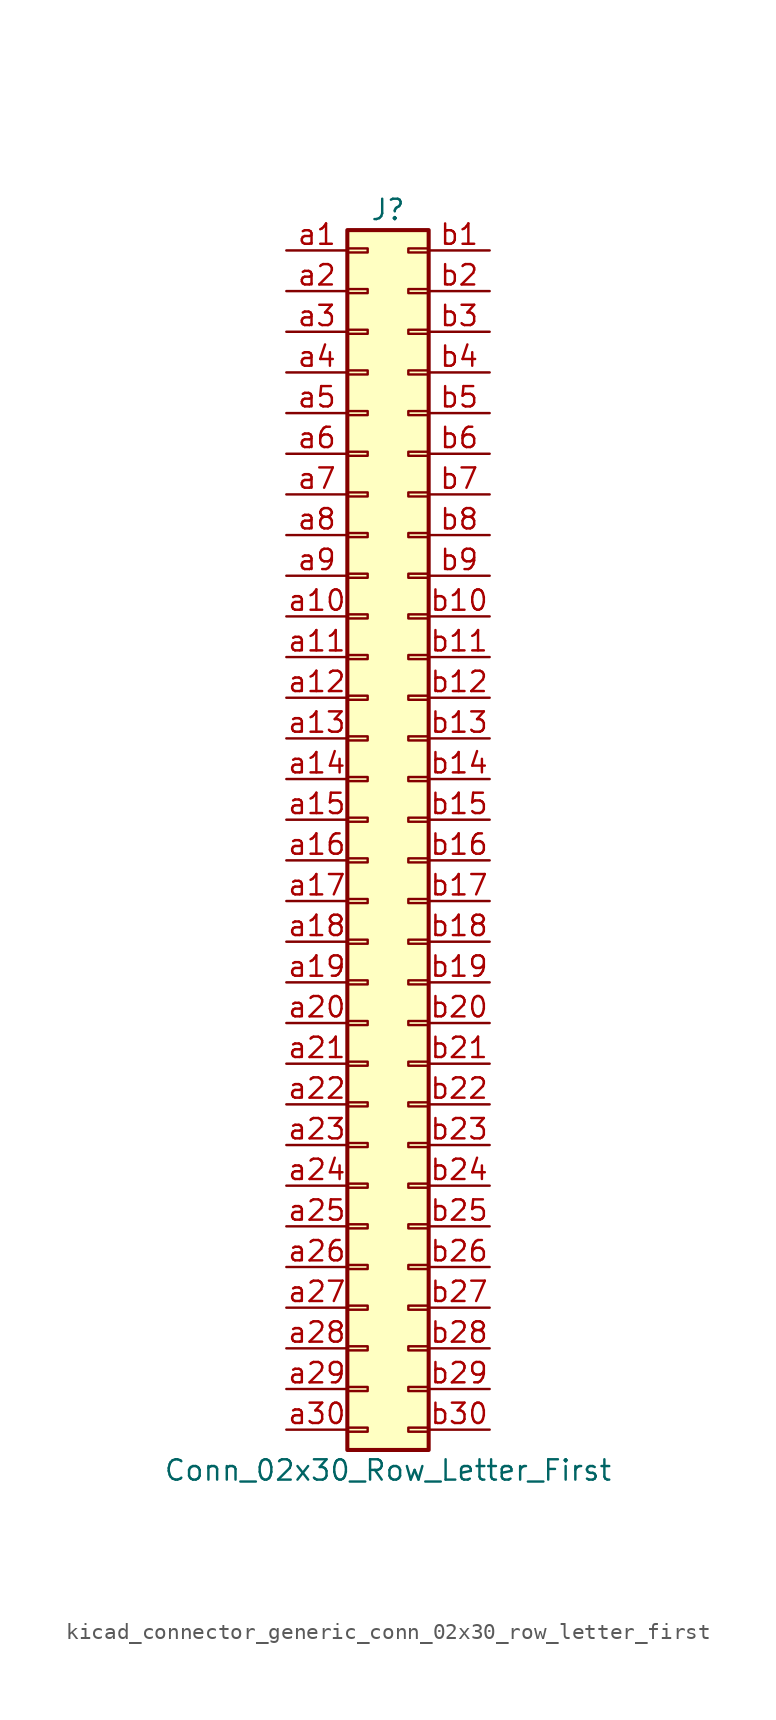
<source format=kicad_sym>
(kicad_symbol_lib
  (version 20220914)
  (generator kicad_symbol_editor)
  (symbol "kicad_connector_generic_conn_02x30_row_letter_first"
    (pin_names
      (offset 1.016) hide)
    (property "Reference" "J"
      (at 1.27 38.1 0)
      (effects (font (size 1.27 1.27))))
    (property "Value" "Conn_02x30_Row_Letter_First"
      (at 1.27 -40.64 0)
      (effects (font (size 1.27 1.27))))
    (symbol "kicad_connector_generic_conn_02x30_row_letter_first_1_1"
      (rectangle (start -1.27 -37.973) (end 0 -38.227) (stroke (width 0.152) (type default)) (fill (type none)))
      (rectangle (start -1.27 -35.433) (end 0 -35.687) (stroke (width 0.152) (type default)) (fill (type none)))
      (rectangle (start -1.27 -32.893) (end 0 -33.147) (stroke (width 0.152) (type default)) (fill (type none)))
      (rectangle (start -1.27 -30.353) (end 0 -30.607) (stroke (width 0.152) (type default)) (fill (type none)))
      (rectangle (start -1.27 -27.813) (end 0 -28.067) (stroke (width 0.152) (type default)) (fill (type none)))
      (rectangle (start -1.27 -25.273) (end 0 -25.527) (stroke (width 0.152) (type default)) (fill (type none)))
      (rectangle (start -1.27 -22.733) (end 0 -22.987) (stroke (width 0.152) (type default)) (fill (type none)))
      (rectangle (start -1.27 -20.193) (end 0 -20.447) (stroke (width 0.152) (type default)) (fill (type none)))
      (rectangle (start -1.27 -17.653) (end 0 -17.907) (stroke (width 0.152) (type default)) (fill (type none)))
      (rectangle (start -1.27 -15.113) (end 0 -15.367) (stroke (width 0.152) (type default)) (fill (type none)))
      (rectangle (start -1.27 -12.573) (end 0 -12.827) (stroke (width 0.152) (type default)) (fill (type none)))
      (rectangle (start -1.27 -10.033) (end 0 -10.287) (stroke (width 0.152) (type default)) (fill (type none)))
      (rectangle (start -1.27 -7.493) (end 0 -7.747) (stroke (width 0.152) (type default)) (fill (type none)))
      (rectangle (start -1.27 -4.953) (end 0 -5.207) (stroke (width 0.152) (type default)) (fill (type none)))
      (rectangle (start -1.27 -2.413) (end 0 -2.667) (stroke (width 0.152) (type default)) (fill (type none)))
      (rectangle (start -1.27 0.127) (end 0 -0.127) (stroke (width 0.152) (type default)) (fill (type none)))
      (rectangle (start -1.27 2.667) (end 0 2.413) (stroke (width 0.152) (type default)) (fill (type none)))
      (rectangle (start -1.27 5.207) (end 0 4.953) (stroke (width 0.152) (type default)) (fill (type none)))
      (rectangle (start -1.27 7.747) (end 0 7.493) (stroke (width 0.152) (type default)) (fill (type none)))
      (rectangle (start -1.27 10.287) (end 0 10.033) (stroke (width 0.152) (type default)) (fill (type none)))
      (rectangle (start -1.27 12.827) (end 0 12.573) (stroke (width 0.152) (type default)) (fill (type none)))
      (rectangle (start -1.27 15.367) (end 0 15.113) (stroke (width 0.152) (type default)) (fill (type none)))
      (rectangle (start -1.27 17.907) (end 0 17.653) (stroke (width 0.152) (type default)) (fill (type none)))
      (rectangle (start -1.27 20.447) (end 0 20.193) (stroke (width 0.152) (type default)) (fill (type none)))
      (rectangle (start -1.27 22.987) (end 0 22.733) (stroke (width 0.152) (type default)) (fill (type none)))
      (rectangle (start -1.27 25.527) (end 0 25.273) (stroke (width 0.152) (type default)) (fill (type none)))
      (rectangle (start -1.27 28.067) (end 0 27.813) (stroke (width 0.152) (type default)) (fill (type none)))
      (rectangle (start -1.27 30.607) (end 0 30.353) (stroke (width 0.152) (type default)) (fill (type none)))
      (rectangle (start -1.27 33.147) (end 0 32.893) (stroke (width 0.152) (type default)) (fill (type none)))
      (rectangle (start -1.27 35.687) (end 0 35.433) (stroke (width 0.152) (type default)) (fill (type none)))
      (rectangle (start -1.27 36.83) (end 3.81 -39.37) (stroke (width 0.254) (type default)) (fill (type background)))
      (rectangle (start 3.81 -37.973) (end 2.54 -38.227) (stroke (width 0.152) (type default)) (fill (type none)))
      (rectangle (start 3.81 -35.433) (end 2.54 -35.687) (stroke (width 0.152) (type default)) (fill (type none)))
      (rectangle (start 3.81 -32.893) (end 2.54 -33.147) (stroke (width 0.152) (type default)) (fill (type none)))
      (rectangle (start 3.81 -30.353) (end 2.54 -30.607) (stroke (width 0.152) (type default)) (fill (type none)))
      (rectangle (start 3.81 -27.813) (end 2.54 -28.067) (stroke (width 0.152) (type default)) (fill (type none)))
      (rectangle (start 3.81 -25.273) (end 2.54 -25.527) (stroke (width 0.152) (type default)) (fill (type none)))
      (rectangle (start 3.81 -22.733) (end 2.54 -22.987) (stroke (width 0.152) (type default)) (fill (type none)))
      (rectangle (start 3.81 -20.193) (end 2.54 -20.447) (stroke (width 0.152) (type default)) (fill (type none)))
      (rectangle (start 3.81 -17.653) (end 2.54 -17.907) (stroke (width 0.152) (type default)) (fill (type none)))
      (rectangle (start 3.81 -15.113) (end 2.54 -15.367) (stroke (width 0.152) (type default)) (fill (type none)))
      (rectangle (start 3.81 -12.573) (end 2.54 -12.827) (stroke (width 0.152) (type default)) (fill (type none)))
      (rectangle (start 3.81 -10.033) (end 2.54 -10.287) (stroke (width 0.152) (type default)) (fill (type none)))
      (rectangle (start 3.81 -7.493) (end 2.54 -7.747) (stroke (width 0.152) (type default)) (fill (type none)))
      (rectangle (start 3.81 -4.953) (end 2.54 -5.207) (stroke (width 0.152) (type default)) (fill (type none)))
      (rectangle (start 3.81 -2.413) (end 2.54 -2.667) (stroke (width 0.152) (type default)) (fill (type none)))
      (rectangle (start 3.81 0.127) (end 2.54 -0.127) (stroke (width 0.152) (type default)) (fill (type none)))
      (rectangle (start 3.81 2.667) (end 2.54 2.413) (stroke (width 0.152) (type default)) (fill (type none)))
      (rectangle (start 3.81 5.207) (end 2.54 4.953) (stroke (width 0.152) (type default)) (fill (type none)))
      (rectangle (start 3.81 7.747) (end 2.54 7.493) (stroke (width 0.152) (type default)) (fill (type none)))
      (rectangle (start 3.81 10.287) (end 2.54 10.033) (stroke (width 0.152) (type default)) (fill (type none)))
      (rectangle (start 3.81 12.827) (end 2.54 12.573) (stroke (width 0.152) (type default)) (fill (type none)))
      (rectangle (start 3.81 15.367) (end 2.54 15.113) (stroke (width 0.152) (type default)) (fill (type none)))
      (rectangle (start 3.81 17.907) (end 2.54 17.653) (stroke (width 0.152) (type default)) (fill (type none)))
      (rectangle (start 3.81 20.447) (end 2.54 20.193) (stroke (width 0.152) (type default)) (fill (type none)))
      (rectangle (start 3.81 22.987) (end 2.54 22.733) (stroke (width 0.152) (type default)) (fill (type none)))
      (rectangle (start 3.81 25.527) (end 2.54 25.273) (stroke (width 0.152) (type default)) (fill (type none)))
      (rectangle (start 3.81 28.067) (end 2.54 27.813) (stroke (width 0.152) (type default)) (fill (type none)))
      (rectangle (start 3.81 30.607) (end 2.54 30.353) (stroke (width 0.152) (type default)) (fill (type none)))
      (rectangle (start 3.81 33.147) (end 2.54 32.893) (stroke (width 0.152) (type default)) (fill (type none)))
      (rectangle (start 3.81 35.687) (end 2.54 35.433) (stroke (width 0.152) (type default)) (fill (type none)))
      (pin passive line (at -5.08 35.56 0) (length 3.81) (name "Pin_a1" (effects (font (size 1.27 1.27)))) (number "a1" (effects (font (size 1.27 1.27)))))
      (pin passive line (at -5.08 12.7 0) (length 3.81) (name "Pin_a10" (effects (font (size 1.27 1.27)))) (number "a10" (effects (font (size 1.27 1.27)))))
      (pin passive line (at -5.08 10.16 0) (length 3.81) (name "Pin_a11" (effects (font (size 1.27 1.27)))) (number "a11" (effects (font (size 1.27 1.27)))))
      (pin passive line (at -5.08 7.62 0) (length 3.81) (name "Pin_a12" (effects (font (size 1.27 1.27)))) (number "a12" (effects (font (size 1.27 1.27)))))
      (pin passive line (at -5.08 5.08 0) (length 3.81) (name "Pin_a13" (effects (font (size 1.27 1.27)))) (number "a13" (effects (font (size 1.27 1.27)))))
      (pin passive line (at -5.08 2.54 0) (length 3.81) (name "Pin_a14" (effects (font (size 1.27 1.27)))) (number "a14" (effects (font (size 1.27 1.27)))))
      (pin passive line (at -5.08 0 0) (length 3.81) (name "Pin_a15" (effects (font (size 1.27 1.27)))) (number "a15" (effects (font (size 1.27 1.27)))))
      (pin passive line (at -5.08 -2.54 0) (length 3.81) (name "Pin_a16" (effects (font (size 1.27 1.27)))) (number "a16" (effects (font (size 1.27 1.27)))))
      (pin passive line (at -5.08 -5.08 0) (length 3.81) (name "Pin_a17" (effects (font (size 1.27 1.27)))) (number "a17" (effects (font (size 1.27 1.27)))))
      (pin passive line (at -5.08 -7.62 0) (length 3.81) (name "Pin_a18" (effects (font (size 1.27 1.27)))) (number "a18" (effects (font (size 1.27 1.27)))))
      (pin passive line (at -5.08 -10.16 0) (length 3.81) (name "Pin_a19" (effects (font (size 1.27 1.27)))) (number "a19" (effects (font (size 1.27 1.27)))))
      (pin passive line (at -5.08 33.02 0) (length 3.81) (name "Pin_a2" (effects (font (size 1.27 1.27)))) (number "a2" (effects (font (size 1.27 1.27)))))
      (pin passive line (at -5.08 -12.7 0) (length 3.81) (name "Pin_a20" (effects (font (size 1.27 1.27)))) (number "a20" (effects (font (size 1.27 1.27)))))
      (pin passive line (at -5.08 -15.24 0) (length 3.81) (name "Pin_a21" (effects (font (size 1.27 1.27)))) (number "a21" (effects (font (size 1.27 1.27)))))
      (pin passive line (at -5.08 -17.78 0) (length 3.81) (name "Pin_a22" (effects (font (size 1.27 1.27)))) (number "a22" (effects (font (size 1.27 1.27)))))
      (pin passive line (at -5.08 -20.32 0) (length 3.81) (name "Pin_a23" (effects (font (size 1.27 1.27)))) (number "a23" (effects (font (size 1.27 1.27)))))
      (pin passive line (at -5.08 -22.86 0) (length 3.81) (name "Pin_a24" (effects (font (size 1.27 1.27)))) (number "a24" (effects (font (size 1.27 1.27)))))
      (pin passive line (at -5.08 -25.4 0) (length 3.81) (name "Pin_a25" (effects (font (size 1.27 1.27)))) (number "a25" (effects (font (size 1.27 1.27)))))
      (pin passive line (at -5.08 -27.94 0) (length 3.81) (name "Pin_a26" (effects (font (size 1.27 1.27)))) (number "a26" (effects (font (size 1.27 1.27)))))
      (pin passive line (at -5.08 -30.48 0) (length 3.81) (name "Pin_a27" (effects (font (size 1.27 1.27)))) (number "a27" (effects (font (size 1.27 1.27)))))
      (pin passive line (at -5.08 -33.02 0) (length 3.81) (name "Pin_a28" (effects (font (size 1.27 1.27)))) (number "a28" (effects (font (size 1.27 1.27)))))
      (pin passive line (at -5.08 -35.56 0) (length 3.81) (name "Pin_a29" (effects (font (size 1.27 1.27)))) (number "a29" (effects (font (size 1.27 1.27)))))
      (pin passive line (at -5.08 30.48 0) (length 3.81) (name "Pin_a3" (effects (font (size 1.27 1.27)))) (number "a3" (effects (font (size 1.27 1.27)))))
      (pin passive line (at -5.08 -38.1 0) (length 3.81) (name "Pin_a30" (effects (font (size 1.27 1.27)))) (number "a30" (effects (font (size 1.27 1.27)))))
      (pin passive line (at -5.08 27.94 0) (length 3.81) (name "Pin_a4" (effects (font (size 1.27 1.27)))) (number "a4" (effects (font (size 1.27 1.27)))))
      (pin passive line (at -5.08 25.4 0) (length 3.81) (name "Pin_a5" (effects (font (size 1.27 1.27)))) (number "a5" (effects (font (size 1.27 1.27)))))
      (pin passive line (at -5.08 22.86 0) (length 3.81) (name "Pin_a6" (effects (font (size 1.27 1.27)))) (number "a6" (effects (font (size 1.27 1.27)))))
      (pin passive line (at -5.08 20.32 0) (length 3.81) (name "Pin_a7" (effects (font (size 1.27 1.27)))) (number "a7" (effects (font (size 1.27 1.27)))))
      (pin passive line (at -5.08 17.78 0) (length 3.81) (name "Pin_a8" (effects (font (size 1.27 1.27)))) (number "a8" (effects (font (size 1.27 1.27)))))
      (pin passive line (at -5.08 15.24 0) (length 3.81) (name "Pin_a9" (effects (font (size 1.27 1.27)))) (number "a9" (effects (font (size 1.27 1.27)))))
      (pin passive line (at 7.62 35.56 180) (length 3.81) (name "Pin_b1" (effects (font (size 1.27 1.27)))) (number "b1" (effects (font (size 1.27 1.27)))))
      (pin passive line (at 7.62 12.7 180) (length 3.81) (name "Pin_b10" (effects (font (size 1.27 1.27)))) (number "b10" (effects (font (size 1.27 1.27)))))
      (pin passive line (at 7.62 10.16 180) (length 3.81) (name "Pin_b11" (effects (font (size 1.27 1.27)))) (number "b11" (effects (font (size 1.27 1.27)))))
      (pin passive line (at 7.62 7.62 180) (length 3.81) (name "Pin_b12" (effects (font (size 1.27 1.27)))) (number "b12" (effects (font (size 1.27 1.27)))))
      (pin passive line (at 7.62 5.08 180) (length 3.81) (name "Pin_b13" (effects (font (size 1.27 1.27)))) (number "b13" (effects (font (size 1.27 1.27)))))
      (pin passive line (at 7.62 2.54 180) (length 3.81) (name "Pin_b14" (effects (font (size 1.27 1.27)))) (number "b14" (effects (font (size 1.27 1.27)))))
      (pin passive line (at 7.62 0 180) (length 3.81) (name "Pin_b15" (effects (font (size 1.27 1.27)))) (number "b15" (effects (font (size 1.27 1.27)))))
      (pin passive line (at 7.62 -2.54 180) (length 3.81) (name "Pin_b16" (effects (font (size 1.27 1.27)))) (number "b16" (effects (font (size 1.27 1.27)))))
      (pin passive line (at 7.62 -5.08 180) (length 3.81) (name "Pin_b17" (effects (font (size 1.27 1.27)))) (number "b17" (effects (font (size 1.27 1.27)))))
      (pin passive line (at 7.62 -7.62 180) (length 3.81) (name "Pin_b18" (effects (font (size 1.27 1.27)))) (number "b18" (effects (font (size 1.27 1.27)))))
      (pin passive line (at 7.62 -10.16 180) (length 3.81) (name "Pin_b19" (effects (font (size 1.27 1.27)))) (number "b19" (effects (font (size 1.27 1.27)))))
      (pin passive line (at 7.62 33.02 180) (length 3.81) (name "Pin_b2" (effects (font (size 1.27 1.27)))) (number "b2" (effects (font (size 1.27 1.27)))))
      (pin passive line (at 7.62 -12.7 180) (length 3.81) (name "Pin_b20" (effects (font (size 1.27 1.27)))) (number "b20" (effects (font (size 1.27 1.27)))))
      (pin passive line (at 7.62 -15.24 180) (length 3.81) (name "Pin_b21" (effects (font (size 1.27 1.27)))) (number "b21" (effects (font (size 1.27 1.27)))))
      (pin passive line (at 7.62 -17.78 180) (length 3.81) (name "Pin_b22" (effects (font (size 1.27 1.27)))) (number "b22" (effects (font (size 1.27 1.27)))))
      (pin passive line (at 7.62 -20.32 180) (length 3.81) (name "Pin_b23" (effects (font (size 1.27 1.27)))) (number "b23" (effects (font (size 1.27 1.27)))))
      (pin passive line (at 7.62 -22.86 180) (length 3.81) (name "Pin_b24" (effects (font (size 1.27 1.27)))) (number "b24" (effects (font (size 1.27 1.27)))))
      (pin passive line (at 7.62 -25.4 180) (length 3.81) (name "Pin_b25" (effects (font (size 1.27 1.27)))) (number "b25" (effects (font (size 1.27 1.27)))))
      (pin passive line (at 7.62 -27.94 180) (length 3.81) (name "Pin_b26" (effects (font (size 1.27 1.27)))) (number "b26" (effects (font (size 1.27 1.27)))))
      (pin passive line (at 7.62 -30.48 180) (length 3.81) (name "Pin_b27" (effects (font (size 1.27 1.27)))) (number "b27" (effects (font (size 1.27 1.27)))))
      (pin passive line (at 7.62 -33.02 180) (length 3.81) (name "Pin_b28" (effects (font (size 1.27 1.27)))) (number "b28" (effects (font (size 1.27 1.27)))))
      (pin passive line (at 7.62 -35.56 180) (length 3.81) (name "Pin_b29" (effects (font (size 1.27 1.27)))) (number "b29" (effects (font (size 1.27 1.27)))))
      (pin passive line (at 7.62 30.48 180) (length 3.81) (name "Pin_b3" (effects (font (size 1.27 1.27)))) (number "b3" (effects (font (size 1.27 1.27)))))
      (pin passive line (at 7.62 -38.1 180) (length 3.81) (name "Pin_b30" (effects (font (size 1.27 1.27)))) (number "b30" (effects (font (size 1.27 1.27)))))
      (pin passive line (at 7.62 27.94 180) (length 3.81) (name "Pin_b4" (effects (font (size 1.27 1.27)))) (number "b4" (effects (font (size 1.27 1.27)))))
      (pin passive line (at 7.62 25.4 180) (length 3.81) (name "Pin_b5" (effects (font (size 1.27 1.27)))) (number "b5" (effects (font (size 1.27 1.27)))))
      (pin passive line (at 7.62 22.86 180) (length 3.81) (name "Pin_b6" (effects (font (size 1.27 1.27)))) (number "b6" (effects (font (size 1.27 1.27)))))
      (pin passive line (at 7.62 20.32 180) (length 3.81) (name "Pin_b7" (effects (font (size 1.27 1.27)))) (number "b7" (effects (font (size 1.27 1.27)))))
      (pin passive line (at 7.62 17.78 180) (length 3.81) (name "Pin_b8" (effects (font (size 1.27 1.27)))) (number "b8" (effects (font (size 1.27 1.27)))))
      (pin passive line (at 7.62 15.24 180) (length 3.81) (name "Pin_b9" (effects (font (size 1.27 1.27)))) (number "b9" (effects (font (size 1.27 1.27))))))))
</source>
